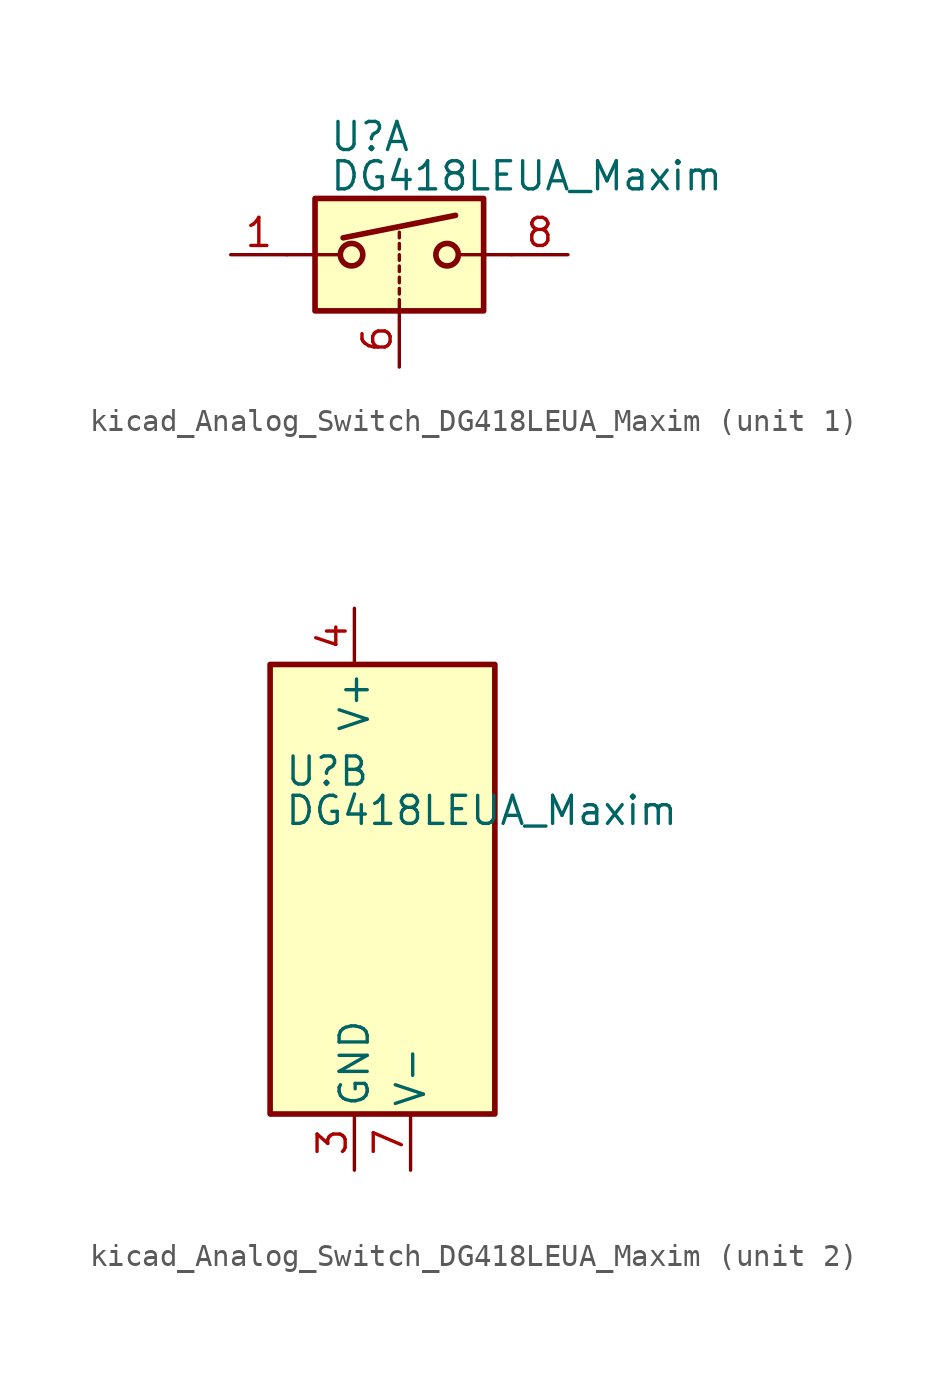
<source format=kicad_sym>
(kicad_symbol_lib
  (version 20220914)
  (generator kicad_symbol_editor)
  (symbol "kicad_Analog_Switch_DG418LEUA_Maxim"
    (pin_names
      (offset 0.254))
    (property "Reference" "U"
      (at -3.175 5.334 0)
      (effects (font (size 1.27 1.27)) (justify left)))
    (property "Value" "DG418LEUA_Maxim"
      (at -3.175 3.556 0)
      (effects (font (size 1.27 1.27)) (justify left)))
    (symbol "kicad_Analog_Switch_DG418LEUA_Maxim_1_1"
      (rectangle (start -3.81 2.54) (end 3.81 -2.54) (stroke (width 0.254) (type default)) (fill (type background)))
      (circle (center -2.159 0) (radius 0.508) (stroke (width 0.254) (type default)) (fill (type none)))
      (polyline (pts (xy -5.08 0) (xy -2.794 0)) (stroke (width 0) (type default)) (fill (type none)))
      (polyline (pts (xy -2.54 0.762) (xy 2.54 1.778)) (stroke (width 0.254) (type default)) (fill (type none)))
      (polyline (pts (xy 0 -2.54) (xy 0 -2.032)) (stroke (width 0) (type default)) (fill (type none)))
      (polyline (pts (xy 0 -1.778) (xy 0 -1.524)) (stroke (width 0) (type default)) (fill (type none)))
      (polyline (pts (xy 0 -1.27) (xy 0 -1.016)) (stroke (width 0) (type default)) (fill (type none)))
      (polyline (pts (xy 0 -0.762) (xy 0 -0.508)) (stroke (width 0) (type default)) (fill (type none)))
      (polyline (pts (xy 0 -0.254) (xy 0 0)) (stroke (width 0) (type default)) (fill (type none)))
      (polyline (pts (xy 0 0.254) (xy 0 0.508)) (stroke (width 0) (type default)) (fill (type none)))
      (polyline (pts (xy 0 0.762) (xy 0 1.016)) (stroke (width 0) (type default)) (fill (type none)))
      (polyline (pts (xy 5.08 0) (xy 2.794 0)) (stroke (width 0) (type default)) (fill (type none)))
      (circle (center 2.159 0) (radius 0.508) (stroke (width 0.254) (type default)) (fill (type none)))
      (pin passive line (at -7.62 0 0) (length 2.54) (name "~" (effects (font (size 1.27 1.27)))) (number "1" (effects (font (size 1.27 1.27)))))
      (pin input line (at 0 -5.08 90) (length 2.54) (name "~" (effects (font (size 1.27 1.27)))) (number "6" (effects (font (size 1.27 1.27)))))
      (pin passive line (at 7.62 0 180) (length 2.54) (name "~" (effects (font (size 1.27 1.27)))) (number "8" (effects (font (size 1.27 1.27))))))
    (symbol "kicad_Analog_Switch_DG418LEUA_Maxim_2_0"
      (pin no_connect line (at -2.54 10.16 270) (length 2.54) hide (name "NC" (effects (font (size 1.27 1.27)))) (number "2" (effects (font (size 1.27 1.27)))))
      (pin power_in line (at 0 -12.7 90) (length 2.54) (name "GND" (effects (font (size 1.27 1.27)))) (number "3" (effects (font (size 1.27 1.27)))))
      (pin power_in line (at 0 12.7 270) (length 2.54) (name "V+" (effects (font (size 1.27 1.27)))) (number "4" (effects (font (size 1.27 1.27)))))
      (pin no_connect line (at 2.54 10.16 270) (length 2.54) hide (name "NC" (effects (font (size 1.27 1.27)))) (number "5" (effects (font (size 1.27 1.27)))))
      (pin power_in line (at 2.54 -12.7 90) (length 2.54) (name "V-" (effects (font (size 1.27 1.27)))) (number "7" (effects (font (size 1.27 1.27))))))
    (symbol "kicad_Analog_Switch_DG418LEUA_Maxim_2_1"
      (rectangle (start -3.81 10.16) (end 6.35 -10.16) (stroke (width 0.254) (type default)) (fill (type background))))))
</source>
